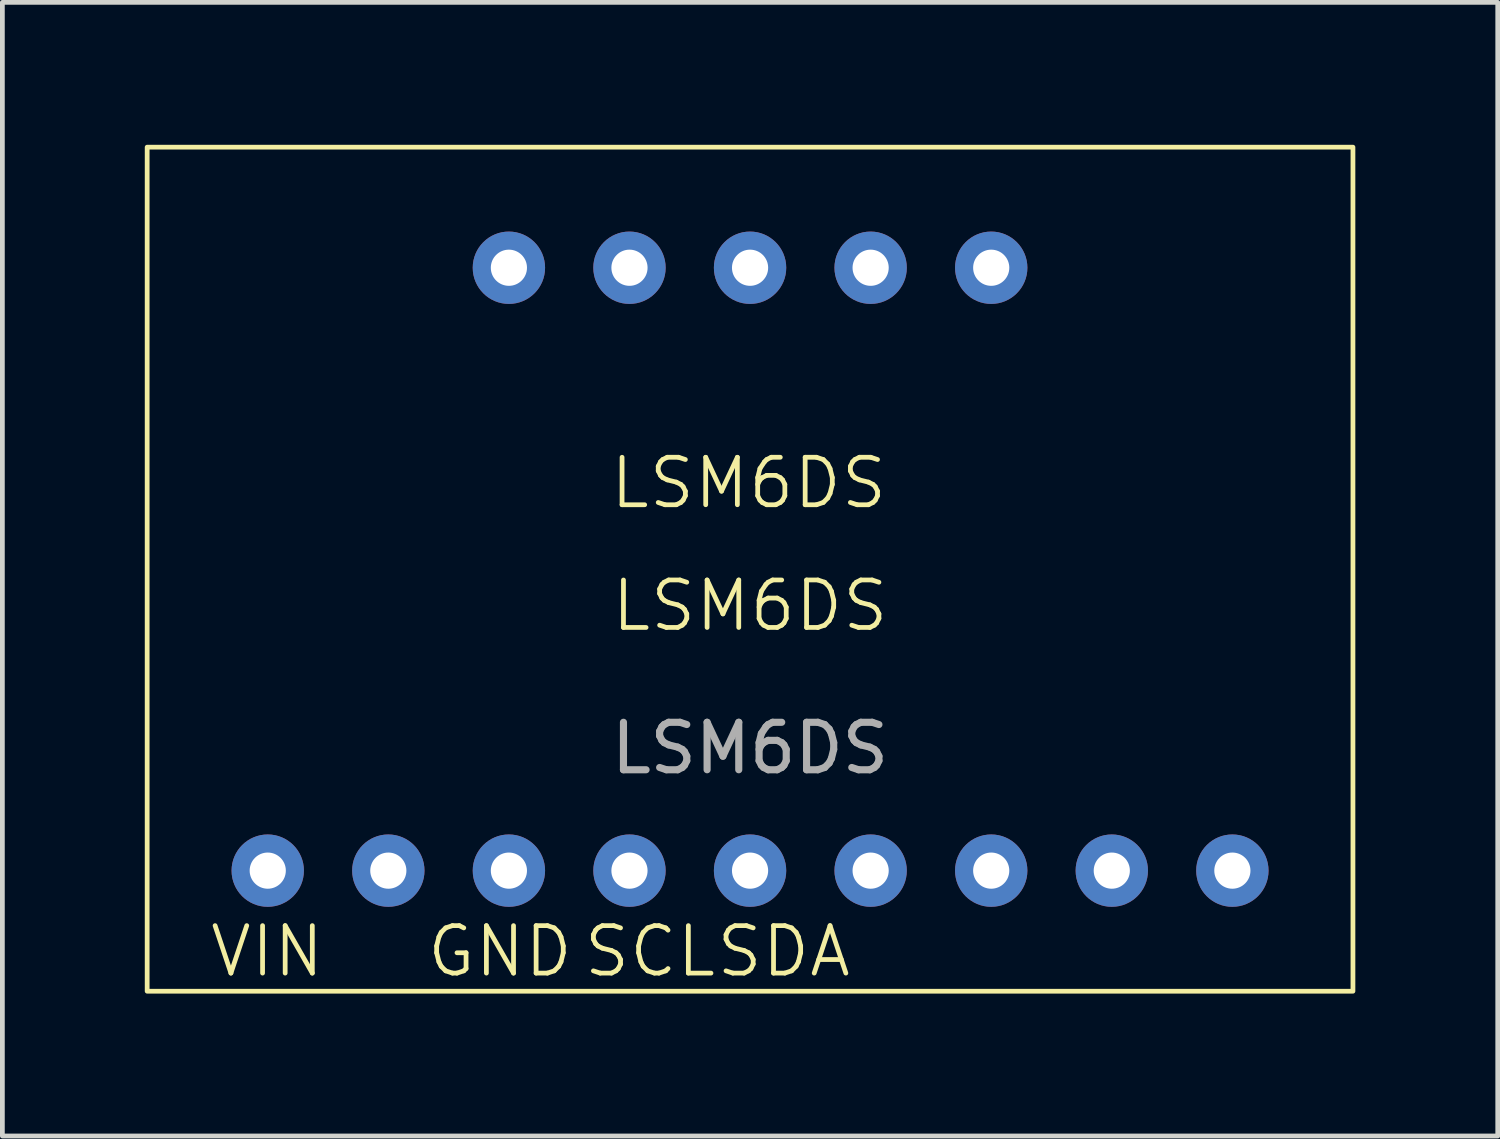
<source format=kicad_pcb>
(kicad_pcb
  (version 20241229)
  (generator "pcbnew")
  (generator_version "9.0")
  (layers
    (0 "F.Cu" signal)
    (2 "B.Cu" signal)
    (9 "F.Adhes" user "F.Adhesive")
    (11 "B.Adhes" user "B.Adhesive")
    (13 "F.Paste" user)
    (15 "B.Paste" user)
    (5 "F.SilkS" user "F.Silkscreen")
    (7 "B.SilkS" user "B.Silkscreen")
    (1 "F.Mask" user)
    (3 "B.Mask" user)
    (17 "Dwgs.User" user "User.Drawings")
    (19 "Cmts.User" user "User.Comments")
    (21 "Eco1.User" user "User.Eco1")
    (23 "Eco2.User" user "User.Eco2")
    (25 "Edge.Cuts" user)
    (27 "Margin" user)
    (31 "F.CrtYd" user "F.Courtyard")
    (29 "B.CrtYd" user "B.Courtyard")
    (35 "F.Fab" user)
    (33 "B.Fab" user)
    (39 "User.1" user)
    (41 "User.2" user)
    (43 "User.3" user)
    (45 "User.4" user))
  (footprint "LSM6DS"
    (layer "F.Cu")
    (at 12.75 10.21)
    (property "Reference" "LSM6DS" (at 0 -0.5 0) (unlocked yes) (layer "F.SilkS") (effects (font (size 1 1) (thickness 0.1))))
    (attr through_hole)
    (fp_rect (start 12.7 -10.16) (end -12.7 7.62) (stroke (width 0.1) (type default)) (fill no) (layer "F.SilkS"))
    (fp_text user "LSM6DS" (at -3 -2.5 0) (unlocked yes) (layer "F.SilkS") (effects (font (size 1 1) (thickness 0.1)) (justify left bottom)))
    (fp_text user "SCL" (at -3.556 7.366 0) (unlocked yes) (layer "F.SilkS") (effects (font (size 1 1) (thickness 0.1)) (justify left bottom)))
    (fp_text user "SDA" (at -0.762 7.366 0) (unlocked yes) (layer "F.SilkS") (effects (font (size 1 1) (thickness 0.1)) (justify left bottom)))
    (fp_text user "GND" (at -6.858 7.366 0) (unlocked yes) (layer "F.SilkS") (effects (font (size 1 1) (thickness 0.1)) (justify left bottom)))
    (fp_text user "VIN" (at -11.43 7.366 0) (unlocked yes) (layer "F.SilkS") (effects (font (size 1 1) (thickness 0.1)) (justify left bottom)))
    (fp_text user "${REFERENCE}" (at 0 2.5 0) (unlocked yes) (layer "F.Fab") (effects (font (size 1 1) (thickness 0.15))))
    (pad "1" thru_hole circle (at -10.16 5.08) (size 1.524 1.524) (drill 0.762) (layers "*.Cu" "*.Mask"))
    (pad "2" thru_hole circle (at -7.62 5.08) (size 1.524 1.524) (drill 0.762) (layers "*.Cu" "*.Mask"))
    (pad "3" thru_hole circle (at -5.08 5.08) (size 1.524 1.524) (drill 0.762) (layers "*.Cu" "*.Mask"))
    (pad "4" thru_hole circle (at -2.54 5.08) (size 1.524 1.524) (drill 0.762) (layers "*.Cu" "*.Mask"))
    (pad "5" thru_hole circle (at 0 5.08) (size 1.524 1.524) (drill 0.762) (layers "*.Cu" "*.Mask"))
    (pad "6" thru_hole circle (at 2.54 5.08) (size 1.524 1.524) (drill 0.762) (layers "*.Cu" "*.Mask"))
    (pad "7" thru_hole circle (at 5.08 5.08) (size 1.524 1.524) (drill 0.762) (layers "*.Cu" "*.Mask"))
    (pad "8" thru_hole circle (at 7.62 5.08) (size 1.524 1.524) (drill 0.762) (layers "*.Cu" "*.Mask"))
    (pad "9" thru_hole circle (at 10.16 5.08) (size 1.524 1.524) (drill 0.762) (layers "*.Cu" "*.Mask"))
    (pad "10" thru_hole circle (at -5.08 -7.62) (size 1.524 1.524) (drill 0.762) (layers "*.Cu" "*.Mask"))
    (pad "11" thru_hole circle (at -2.54 -7.62) (size 1.524 1.524) (drill 0.762) (layers "*.Cu" "*.Mask"))
    (pad "12" thru_hole circle (at 0 -7.62) (size 1.524 1.524) (drill 0.762) (layers "*.Cu" "*.Mask"))
    (pad "13" thru_hole circle (at 2.54 -7.62) (size 1.524 1.524) (drill 0.762) (layers "*.Cu" "*.Mask"))
    (pad "14" thru_hole circle (at 5.08 -7.62) (size 1.524 1.524) (drill 0.762) (layers "*.Cu" "*.Mask")))
  (gr_rect
    (start -3 -3)
    (end 28.5 20.88)
    (stroke (width 0.1) (type default))
    (fill no)
    (layer "Edge.Cuts")))
</source>
